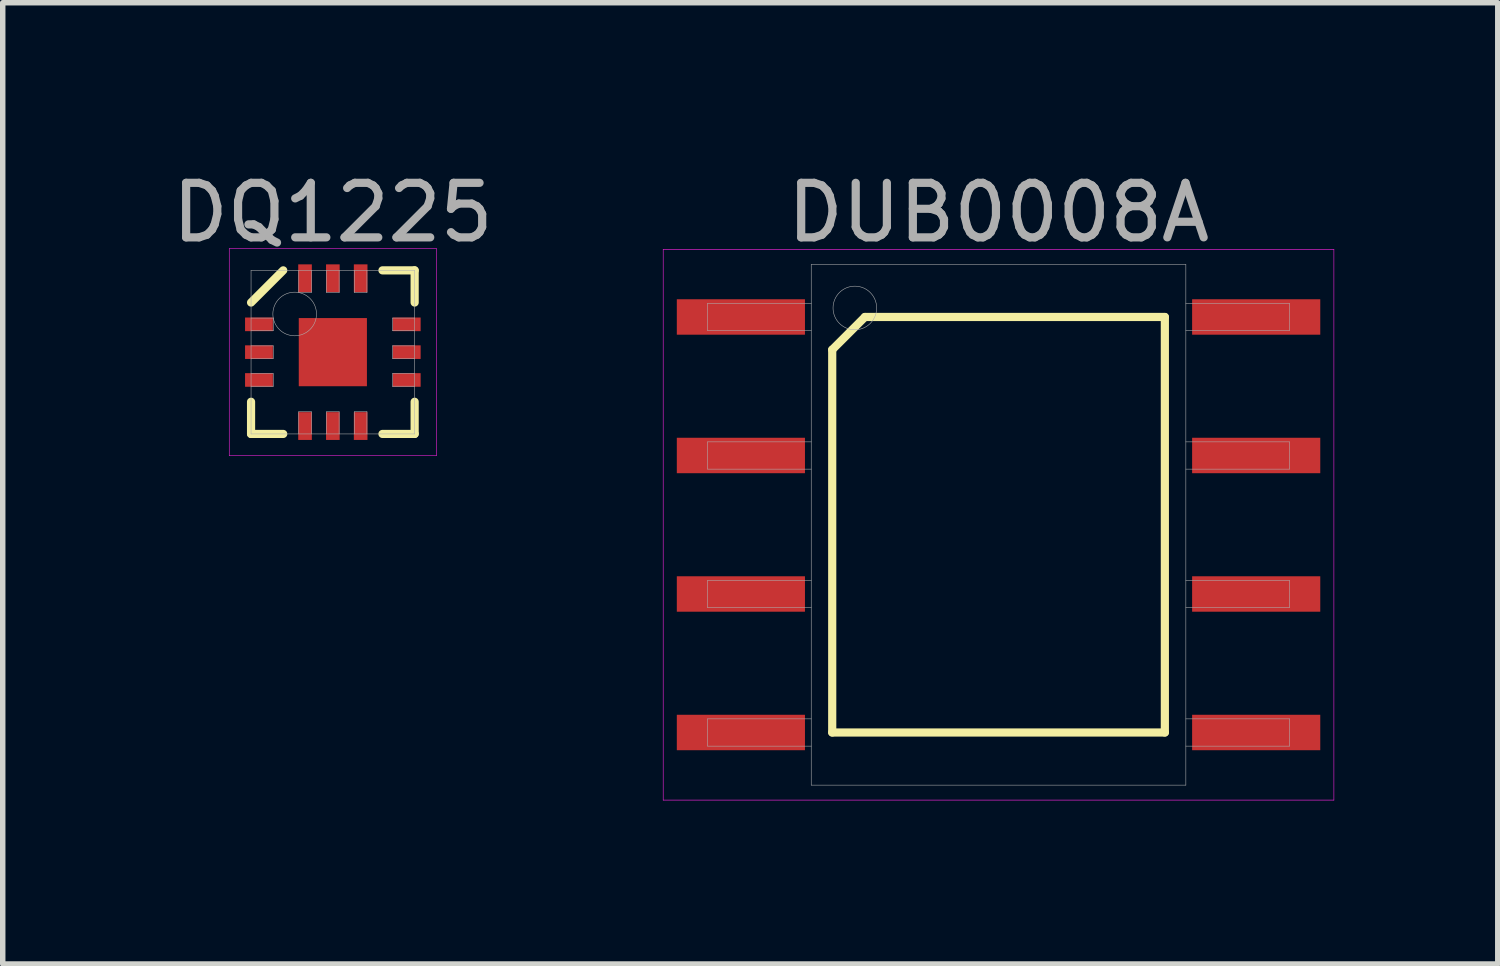
<source format=kicad_pcb>
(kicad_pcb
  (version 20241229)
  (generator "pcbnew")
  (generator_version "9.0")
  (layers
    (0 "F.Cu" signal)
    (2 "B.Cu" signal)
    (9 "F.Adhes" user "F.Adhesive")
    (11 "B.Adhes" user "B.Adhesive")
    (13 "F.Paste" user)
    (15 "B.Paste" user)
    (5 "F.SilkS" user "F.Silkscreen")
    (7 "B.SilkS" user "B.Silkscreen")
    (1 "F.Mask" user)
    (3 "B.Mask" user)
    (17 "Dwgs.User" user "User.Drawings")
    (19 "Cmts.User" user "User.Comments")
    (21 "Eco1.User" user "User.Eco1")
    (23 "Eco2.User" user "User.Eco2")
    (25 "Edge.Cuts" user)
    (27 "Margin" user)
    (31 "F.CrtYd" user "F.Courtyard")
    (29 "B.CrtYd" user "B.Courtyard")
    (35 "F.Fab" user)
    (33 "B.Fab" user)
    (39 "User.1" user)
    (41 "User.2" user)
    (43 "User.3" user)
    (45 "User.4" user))
  (footprint "DQ1225"
    (layer "F.Cu")
    (at 3.054 3.408)
    (property "Reference" "DQ1225" (at 0 -2.56 0) (layer "F.Fab") (effects (font (size 1 1) (thickness 0.15))))
    (attr through_hole)
    (fp_line (start -1.5 -0.91) (end -0.91 -1.5) (stroke (width 0.15) (type solid)) (layer "F.SilkS"))
    (fp_line (start -1.5 1.5) (end -1.5 0.91) (stroke (width 0.15) (type solid)) (layer "F.SilkS"))
    (fp_line (start -0.91 1.5) (end -1.5 1.5) (stroke (width 0.15) (type solid)) (layer "F.SilkS"))
    (fp_line (start 0.91 -1.5) (end 1.5 -1.5) (stroke (width 0.15) (type solid)) (layer "F.SilkS"))
    (fp_line (start 0.91 1.5) (end 1.5 1.5) (stroke (width 0.15) (type solid)) (layer "F.SilkS"))
    (fp_line (start 1.5 -1.5) (end 1.5 -0.91) (stroke (width 0.15) (type solid)) (layer "F.SilkS"))
    (fp_line (start 1.5 1.5) (end 1.5 0.91) (stroke (width 0.15) (type solid)) (layer "F.SilkS"))
    (fp_line (start -1.9 -1.9) (end 1.9 -1.9) (stroke (width 0.01) (type solid)) (layer "F.CrtYd"))
    (fp_line (start -1.9 1.9) (end -1.9 -1.9) (stroke (width 0.01) (type solid)) (layer "F.CrtYd"))
    (fp_line (start 1.9 -1.9) (end 1.9 1.9) (stroke (width 0.01) (type solid)) (layer "F.CrtYd"))
    (fp_line (start 1.9 1.9) (end -1.9 1.9) (stroke (width 0.01) (type solid)) (layer "F.CrtYd"))
    (fp_line (start -1.5 -1.5) (end 1.5 -1.5) (stroke (width 0.01) (type solid)) (layer "F.Fab"))
    (fp_line (start -1.5 -0.395) (end -1.09 -0.395) (stroke (width 0.01) (type solid)) (layer "F.Fab"))
    (fp_line (start -1.5 0.115) (end -1.09 0.115) (stroke (width 0.01) (type solid)) (layer "F.Fab"))
    (fp_line (start -1.5 0.625) (end -1.09 0.625) (stroke (width 0.01) (type solid)) (layer "F.Fab"))
    (fp_line (start -1.5 1.5) (end -1.5 -1.5) (stroke (width 0.01) (type solid)) (layer "F.Fab"))
    (fp_line (start -1.09 -0.625) (end -1.5 -0.625) (stroke (width 0.01) (type solid)) (layer "F.Fab"))
    (fp_line (start -1.09 -0.395) (end -1.09 -0.625) (stroke (width 0.01) (type solid)) (layer "F.Fab"))
    (fp_line (start -1.09 -0.115) (end -1.5 -0.115) (stroke (width 0.01) (type solid)) (layer "F.Fab"))
    (fp_line (start -1.09 0.115) (end -1.09 -0.115) (stroke (width 0.01) (type solid)) (layer "F.Fab"))
    (fp_line (start -1.09 0.395) (end -1.5 0.395) (stroke (width 0.01) (type solid)) (layer "F.Fab"))
    (fp_line (start -1.09 0.625) (end -1.09 0.395) (stroke (width 0.01) (type solid)) (layer "F.Fab"))
    (fp_line (start -0.625 -1.5) (end -0.625 -1.09) (stroke (width 0.01) (type solid)) (layer "F.Fab"))
    (fp_line (start -0.625 -1.09) (end -0.395 -1.09) (stroke (width 0.01) (type solid)) (layer "F.Fab"))
    (fp_line (start -0.625 1.09) (end -0.625 1.5) (stroke (width 0.01) (type solid)) (layer "F.Fab"))
    (fp_line (start -0.395 -1.09) (end -0.395 -1.5) (stroke (width 0.01) (type solid)) (layer "F.Fab"))
    (fp_line (start -0.395 1.09) (end -0.625 1.09) (stroke (width 0.01) (type solid)) (layer "F.Fab"))
    (fp_line (start -0.395 1.5) (end -0.395 1.09) (stroke (width 0.01) (type solid)) (layer "F.Fab"))
    (fp_line (start -0.115 -1.5) (end -0.115 -1.09) (stroke (width 0.01) (type solid)) (layer "F.Fab"))
    (fp_line (start -0.115 -1.09) (end 0.115 -1.09) (stroke (width 0.01) (type solid)) (layer "F.Fab"))
    (fp_line (start -0.115 1.09) (end -0.115 1.5) (stroke (width 0.01) (type solid)) (layer "F.Fab"))
    (fp_line (start 0.115 -1.09) (end 0.115 -1.5) (stroke (width 0.01) (type solid)) (layer "F.Fab"))
    (fp_line (start 0.115 1.09) (end -0.115 1.09) (stroke (width 0.01) (type solid)) (layer "F.Fab"))
    (fp_line (start 0.115 1.5) (end 0.115 1.09) (stroke (width 0.01) (type solid)) (layer "F.Fab"))
    (fp_line (start 0.395 -1.5) (end 0.395 -1.09) (stroke (width 0.01) (type solid)) (layer "F.Fab"))
    (fp_line (start 0.395 -1.09) (end 0.625 -1.09) (stroke (width 0.01) (type solid)) (layer "F.Fab"))
    (fp_line (start 0.395 1.09) (end 0.395 1.5) (stroke (width 0.01) (type solid)) (layer "F.Fab"))
    (fp_line (start 0.625 -1.09) (end 0.625 -1.5) (stroke (width 0.01) (type solid)) (layer "F.Fab"))
    (fp_line (start 0.625 1.09) (end 0.395 1.09) (stroke (width 0.01) (type solid)) (layer "F.Fab"))
    (fp_line (start 0.625 1.5) (end 0.625 1.09) (stroke (width 0.01) (type solid)) (layer "F.Fab"))
    (fp_line (start 1.09 -0.625) (end 1.09 -0.395) (stroke (width 0.01) (type solid)) (layer "F.Fab"))
    (fp_line (start 1.09 -0.395) (end 1.5 -0.395) (stroke (width 0.01) (type solid)) (layer "F.Fab"))
    (fp_line (start 1.09 -0.115) (end 1.09 0.115) (stroke (width 0.01) (type solid)) (layer "F.Fab"))
    (fp_line (start 1.09 0.115) (end 1.5 0.115) (stroke (width 0.01) (type solid)) (layer "F.Fab"))
    (fp_line (start 1.09 0.395) (end 1.09 0.625) (stroke (width 0.01) (type solid)) (layer "F.Fab"))
    (fp_line (start 1.09 0.625) (end 1.5 0.625) (stroke (width 0.01) (type solid)) (layer "F.Fab"))
    (fp_line (start 1.5 -1.5) (end 1.5 1.5) (stroke (width 0.01) (type solid)) (layer "F.Fab"))
    (fp_line (start 1.5 -0.625) (end 1.09 -0.625) (stroke (width 0.01) (type solid)) (layer "F.Fab"))
    (fp_line (start 1.5 -0.115) (end 1.09 -0.115) (stroke (width 0.01) (type solid)) (layer "F.Fab"))
    (fp_line (start 1.5 0.395) (end 1.09 0.395) (stroke (width 0.01) (type solid)) (layer "F.Fab"))
    (fp_line (start 1.5 1.5) (end -1.5 1.5) (stroke (width 0.01) (type solid)) (layer "F.Fab"))
    (fp_circle (center -0.7 -0.7) (end -0.7 -0.3) (stroke (width 0.01) (type solid)) (fill no) (layer "F.Fab"))
    (pad "1" smd rect (at -1.355 -0.51) (size 0.51 0.25) (layers "F.Cu" "F.Mask" "F.Paste"))
    (pad "2" smd rect (at -1.355 0) (size 0.51 0.25) (layers "F.Cu" "F.Mask" "F.Paste"))
    (pad "3" smd rect (at -1.355 0.51) (size 0.51 0.25) (layers "F.Cu" "F.Mask" "F.Paste"))
    (pad "4" smd rect (at -0.51 1.355) (size 0.25 0.51) (layers "F.Cu" "F.Mask" "F.Paste"))
    (pad "5" smd rect (at 0 1.355) (size 0.25 0.51) (layers "F.Cu" "F.Mask" "F.Paste"))
    (pad "6" smd rect (at 0.51 1.355) (size 0.25 0.51) (layers "F.Cu" "F.Mask" "F.Paste"))
    (pad "7" smd rect (at 1.355 0.51) (size 0.51 0.25) (layers "F.Cu" "F.Mask" "F.Paste"))
    (pad "8" smd rect (at 1.355 0) (size 0.51 0.25) (layers "F.Cu" "F.Mask" "F.Paste"))
    (pad "9" smd rect (at 1.355 -0.51) (size 0.51 0.25) (layers "F.Cu" "F.Mask" "F.Paste"))
    (pad "10" smd rect (at 0.51 -1.355) (size 0.25 0.51) (layers "F.Cu" "F.Mask" "F.Paste"))
    (pad "11" smd rect (at 0 -1.355) (size 0.25 0.51) (layers "F.Cu" "F.Mask" "F.Paste"))
    (pad "12" smd rect (at -0.51 -1.355) (size 0.25 0.51) (layers "F.Cu" "F.Mask" "F.Paste"))
    (pad "EP" smd rect (at 0 0) (size 1.25 1.25) (layers "F.Cu" "F.Mask" "F.Paste")))
  (footprint "DUB0008A"
    (layer "F.Cu")
    (at 15.262 6.573)
    (property "Reference" "DUB0008A" (at 0 -5.725 0) (layer "F.Fab") (effects (font (size 1 1) (thickness 0.15))))
    (attr through_hole)
    (fp_line (start -3.05 -3.21) (end -2.45 -3.81) (stroke (width 0.15) (type solid)) (layer "F.SilkS"))
    (fp_line (start -3.05 3.81) (end -3.05 -3.21) (stroke (width 0.15) (type solid)) (layer "F.SilkS"))
    (fp_line (start -2.45 -3.81) (end 3.05 -3.81) (stroke (width 0.15) (type solid)) (layer "F.SilkS"))
    (fp_line (start 3.05 -3.81) (end 3.05 3.81) (stroke (width 0.15) (type solid)) (layer "F.SilkS"))
    (fp_line (start 3.05 3.81) (end -3.05 3.81) (stroke (width 0.15) (type solid)) (layer "F.SilkS"))
    (fp_line (start -6.15 -5.05) (end 6.15 -5.05) (stroke (width 0.01) (type solid)) (layer "F.CrtYd"))
    (fp_line (start -6.15 5.05) (end -6.15 -5.05) (stroke (width 0.01) (type solid)) (layer "F.CrtYd"))
    (fp_line (start 6.15 -5.05) (end 6.15 5.05) (stroke (width 0.01) (type solid)) (layer "F.CrtYd"))
    (fp_line (start 6.15 5.05) (end -6.15 5.05) (stroke (width 0.01) (type solid)) (layer "F.CrtYd"))
    (fp_line (start -5.335 -4.06) (end -3.435 -4.06) (stroke (width 0.01) (type solid)) (layer "F.Fab"))
    (fp_line (start -5.335 -3.56) (end -5.335 -4.06) (stroke (width 0.01) (type solid)) (layer "F.Fab"))
    (fp_line (start -5.335 -1.52) (end -3.435 -1.52) (stroke (width 0.01) (type solid)) (layer "F.Fab"))
    (fp_line (start -5.335 -1.02) (end -5.335 -1.52) (stroke (width 0.01) (type solid)) (layer "F.Fab"))
    (fp_line (start -5.335 1.02) (end -3.435 1.02) (stroke (width 0.01) (type solid)) (layer "F.Fab"))
    (fp_line (start -5.335 1.52) (end -5.335 1.02) (stroke (width 0.01) (type solid)) (layer "F.Fab"))
    (fp_line (start -5.335 3.56) (end -3.435 3.56) (stroke (width 0.01) (type solid)) (layer "F.Fab"))
    (fp_line (start -5.335 4.06) (end -5.335 3.56) (stroke (width 0.01) (type solid)) (layer "F.Fab"))
    (fp_line (start -3.435 -4.775) (end 3.435 -4.775) (stroke (width 0.01) (type solid)) (layer "F.Fab"))
    (fp_line (start -3.435 -3.56) (end -5.335 -3.56) (stroke (width 0.01) (type solid)) (layer "F.Fab"))
    (fp_line (start -3.435 -1.02) (end -5.335 -1.02) (stroke (width 0.01) (type solid)) (layer "F.Fab"))
    (fp_line (start -3.435 1.52) (end -5.335 1.52) (stroke (width 0.01) (type solid)) (layer "F.Fab"))
    (fp_line (start -3.435 4.06) (end -5.335 4.06) (stroke (width 0.01) (type solid)) (layer "F.Fab"))
    (fp_line (start -3.435 4.775) (end -3.435 -4.775) (stroke (width 0.01) (type solid)) (layer "F.Fab"))
    (fp_line (start 3.435 -4.775) (end 3.435 4.775) (stroke (width 0.01) (type solid)) (layer "F.Fab"))
    (fp_line (start 3.435 -4.06) (end 5.335 -4.06) (stroke (width 0.01) (type solid)) (layer "F.Fab"))
    (fp_line (start 3.435 -1.52) (end 5.335 -1.52) (stroke (width 0.01) (type solid)) (layer "F.Fab"))
    (fp_line (start 3.435 1.02) (end 5.335 1.02) (stroke (width 0.01) (type solid)) (layer "F.Fab"))
    (fp_line (start 3.435 3.56) (end 5.335 3.56) (stroke (width 0.01) (type solid)) (layer "F.Fab"))
    (fp_line (start 3.435 4.775) (end -3.435 4.775) (stroke (width 0.01) (type solid)) (layer "F.Fab"))
    (fp_line (start 5.335 -4.06) (end 5.335 -3.56) (stroke (width 0.01) (type solid)) (layer "F.Fab"))
    (fp_line (start 5.335 -3.56) (end 3.435 -3.56) (stroke (width 0.01) (type solid)) (layer "F.Fab"))
    (fp_line (start 5.335 -1.52) (end 5.335 -1.02) (stroke (width 0.01) (type solid)) (layer "F.Fab"))
    (fp_line (start 5.335 -1.02) (end 3.435 -1.02) (stroke (width 0.01) (type solid)) (layer "F.Fab"))
    (fp_line (start 5.335 1.02) (end 5.335 1.52) (stroke (width 0.01) (type solid)) (layer "F.Fab"))
    (fp_line (start 5.335 1.52) (end 3.435 1.52) (stroke (width 0.01) (type solid)) (layer "F.Fab"))
    (fp_line (start 5.335 3.56) (end 5.335 4.06) (stroke (width 0.01) (type solid)) (layer "F.Fab"))
    (fp_line (start 5.335 4.06) (end 3.435 4.06) (stroke (width 0.01) (type solid)) (layer "F.Fab"))
    (fp_circle (center -2.635 -3.975) (end -2.635 -3.575) (stroke (width 0.01) (type solid)) (fill no) (layer "F.Fab"))
    (pad "1" smd rect (at -4.725 -3.81) (size 2.35 0.65) (layers "F.Cu" "F.Mask" "F.Paste"))
    (pad "2" smd rect (at -4.725 -1.27) (size 2.35 0.65) (layers "F.Cu" "F.Mask" "F.Paste"))
    (pad "3" smd rect (at -4.725 1.27) (size 2.35 0.65) (layers "F.Cu" "F.Mask" "F.Paste"))
    (pad "4" smd rect (at -4.725 3.81) (size 2.35 0.65) (layers "F.Cu" "F.Mask" "F.Paste"))
    (pad "5" smd rect (at 4.725 3.81) (size 2.35 0.65) (layers "F.Cu" "F.Mask" "F.Paste"))
    (pad "6" smd rect (at 4.725 1.27) (size 2.35 0.65) (layers "F.Cu" "F.Mask" "F.Paste"))
    (pad "7" smd rect (at 4.725 -1.27) (size 2.35 0.65) (layers "F.Cu" "F.Mask" "F.Paste"))
    (pad "8" smd rect (at 4.725 -3.81) (size 2.35 0.65) (layers "F.Cu" "F.Mask" "F.Paste")))
  (gr_rect
    (start -3 -3)
    (end 24.417 14.628)
    (stroke (width 0.1) (type default))
    (fill no)
    (layer "Edge.Cuts")))
</source>
